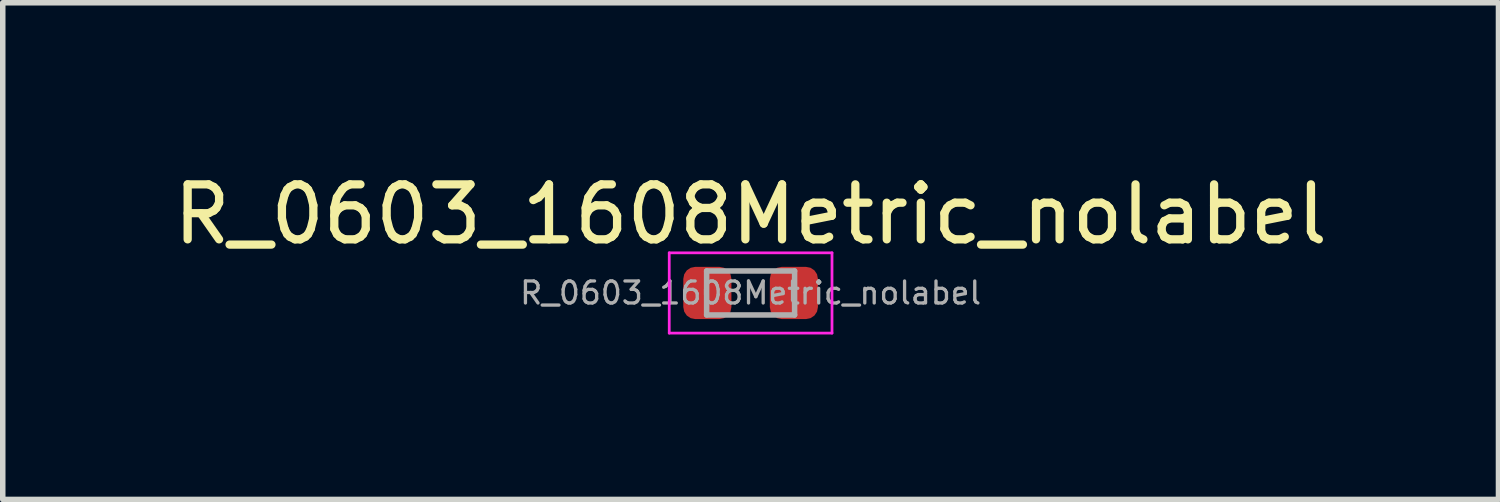
<source format=kicad_pcb>
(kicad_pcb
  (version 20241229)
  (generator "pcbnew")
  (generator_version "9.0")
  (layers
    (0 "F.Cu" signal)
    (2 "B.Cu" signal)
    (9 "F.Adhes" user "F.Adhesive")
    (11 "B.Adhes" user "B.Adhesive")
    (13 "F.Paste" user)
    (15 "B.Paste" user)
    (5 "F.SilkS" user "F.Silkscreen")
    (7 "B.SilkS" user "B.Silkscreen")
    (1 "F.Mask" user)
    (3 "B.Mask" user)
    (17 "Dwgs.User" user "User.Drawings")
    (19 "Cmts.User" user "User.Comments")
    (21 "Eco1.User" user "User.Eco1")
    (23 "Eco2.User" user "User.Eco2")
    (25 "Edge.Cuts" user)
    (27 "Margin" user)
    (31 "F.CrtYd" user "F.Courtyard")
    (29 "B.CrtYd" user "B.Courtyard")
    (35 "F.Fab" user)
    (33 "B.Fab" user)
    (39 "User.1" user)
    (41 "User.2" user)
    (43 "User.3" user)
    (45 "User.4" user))
  (footprint "R_0603_1608Metric_nolabel"
    (layer "F.Cu")
    (at 10.601 2.278)
    (property "Reference" "R_0603_1608Metric_nolabel" (at 0 -1.43 0) (layer "F.SilkS") (effects (font (size 1 1) (thickness 0.15))))
    (attr smd)
    (fp_line (start -1.48 -0.73) (end 1.48 -0.73) (stroke (width 0.05) (type solid)) (layer "F.CrtYd"))
    (fp_line (start -1.48 0.73) (end -1.48 -0.73) (stroke (width 0.05) (type solid)) (layer "F.CrtYd"))
    (fp_line (start 1.48 -0.73) (end 1.48 0.73) (stroke (width 0.05) (type solid)) (layer "F.CrtYd"))
    (fp_line (start 1.48 0.73) (end -1.48 0.73) (stroke (width 0.05) (type solid)) (layer "F.CrtYd"))
    (fp_line (start -0.8 -0.4) (end 0.8 -0.4) (stroke (width 0.1) (type solid)) (layer "F.Fab"))
    (fp_line (start -0.8 0.4) (end -0.8 -0.4) (stroke (width 0.1) (type solid)) (layer "F.Fab"))
    (fp_line (start 0.8 -0.4) (end 0.8 0.4) (stroke (width 0.1) (type solid)) (layer "F.Fab"))
    (fp_line (start 0.8 0.4) (end -0.8 0.4) (stroke (width 0.1) (type solid)) (layer "F.Fab"))
    (fp_text user "${REFERENCE}" (at 0 0 0) (layer "F.Fab") (effects (font (size 0.4 0.4) (thickness 0.06))))
    (pad "1" smd roundrect (at -0.787 0) (size 0.875 0.95) (layers "F.Cu" "F.Mask" "F.Paste") (roundrect_rratio 0.25))
    (pad "2" smd roundrect (at 0.787 0) (size 0.875 0.95) (layers "F.Cu" "F.Mask" "F.Paste") (roundrect_rratio 0.25)))
  (gr_rect
    (start -3 -3)
    (end 24.202 6.033)
    (stroke (width 0.1) (type default))
    (fill no)
    (layer "Edge.Cuts")))
</source>
